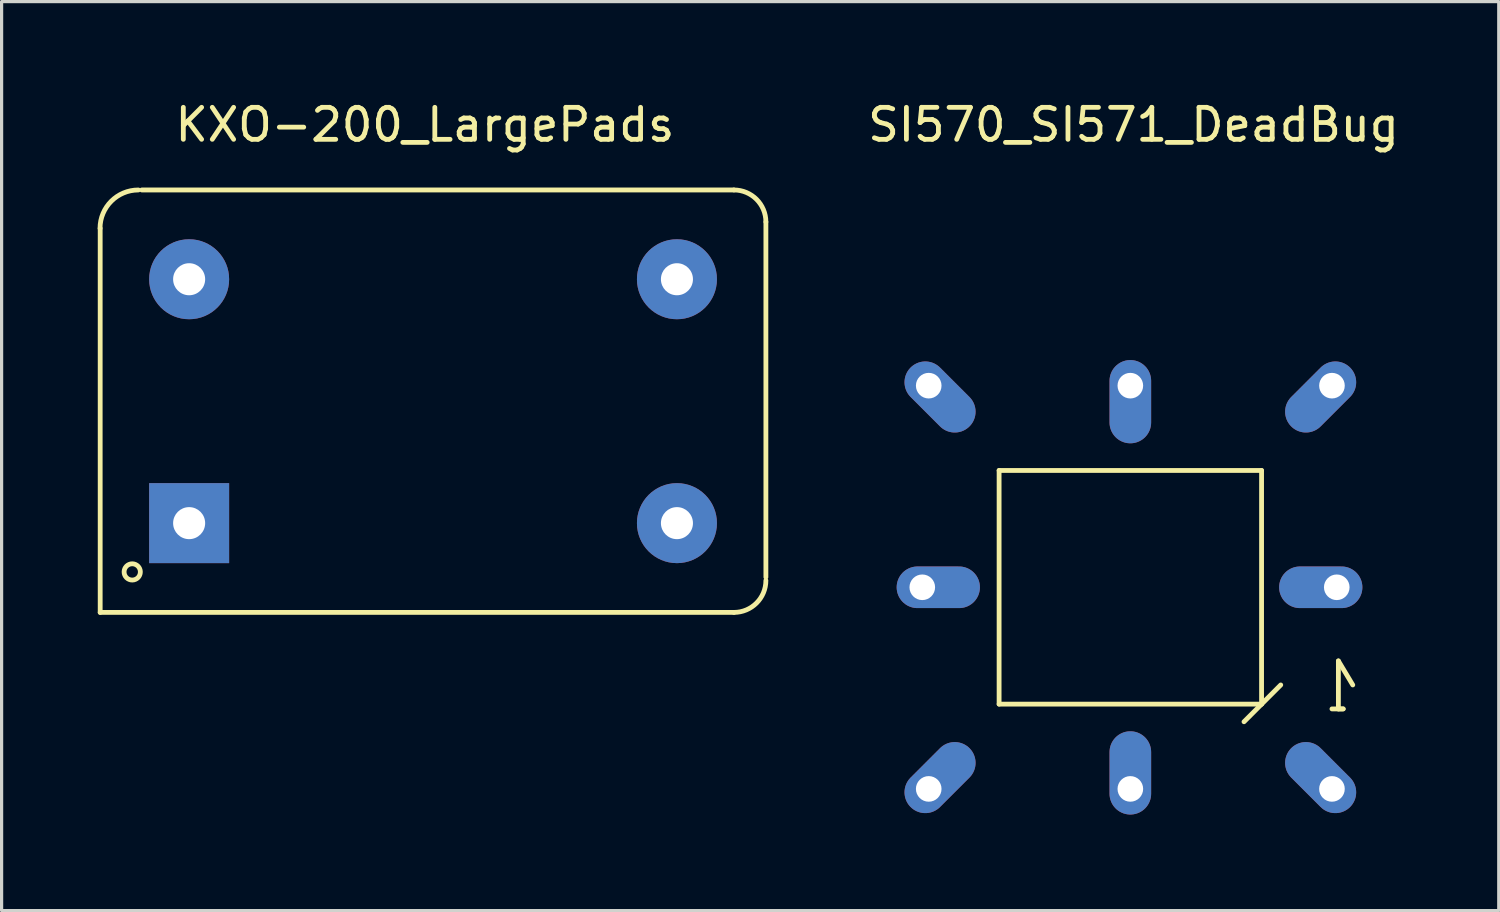
<source format=kicad_pcb>
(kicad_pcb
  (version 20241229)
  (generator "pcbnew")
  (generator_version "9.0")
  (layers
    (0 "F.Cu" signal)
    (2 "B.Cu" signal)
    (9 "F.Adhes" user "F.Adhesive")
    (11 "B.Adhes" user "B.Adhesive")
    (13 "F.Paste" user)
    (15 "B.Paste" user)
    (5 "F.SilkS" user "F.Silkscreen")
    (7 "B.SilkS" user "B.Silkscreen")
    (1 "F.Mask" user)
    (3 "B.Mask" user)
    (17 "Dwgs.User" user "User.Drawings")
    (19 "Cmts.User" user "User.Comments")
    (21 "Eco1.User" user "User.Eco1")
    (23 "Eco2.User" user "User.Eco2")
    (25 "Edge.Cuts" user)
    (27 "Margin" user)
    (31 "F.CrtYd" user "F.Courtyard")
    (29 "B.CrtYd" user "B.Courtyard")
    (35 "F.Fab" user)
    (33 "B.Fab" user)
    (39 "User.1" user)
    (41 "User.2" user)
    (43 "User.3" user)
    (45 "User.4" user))
  (footprint "KXO-200_LargePads"
    (layer "F.Cu")
    (at 10.479 9.484)
    (property "Reference" "KXO-200_LargePads" (at -0.254 -8.636 0) (layer "F.SilkS") (effects (font (size 1 1) (thickness 0.15))))
    (attr through_hole)
    (fp_line (start -10.399 -5.4) (end -10.399 6.599) (stroke (width 0.15) (type solid)) (layer "F.SilkS"))
    (fp_line (start -9.101 -6.599) (end 9.401 -6.599) (stroke (width 0.15) (type solid)) (layer "F.SilkS"))
    (fp_line (start 9.401 6.599) (end -10.399 6.599) (stroke (width 0.15) (type solid)) (layer "F.SilkS"))
    (fp_line (start 10.399 -5.601) (end 10.399 5.499) (stroke (width 0.15) (type solid)) (layer "F.SilkS"))
    (fp_arc (start -10.40384 -5.40004) (mid -10.052696 -6.247776) (end -9.20496 -6.59892) (stroke (width 0.15) (type solid)) (layer "F.SilkS"))
    (fp_arc (start 9.40054 -6.59892) (mid 10.106388 -6.306548) (end 10.39876 -5.6007) (stroke (width 0.15) (type solid)) (layer "F.SilkS"))
    (fp_arc (start 10.39876 5.6007) (mid 10.106388 6.306548) (end 9.40054 6.59892) (stroke (width 0.15) (type solid)) (layer "F.SilkS"))
    (fp_circle (center -9.398 5.334) (end -9.398 5.588) (stroke (width 0.15) (type solid)) (fill no) (layer "F.SilkS"))
    (pad "1" thru_hole rect (at -7.62 3.81) (size 2.499 2.499) (drill 1.001) (layers "*.Cu" "*.Mask"))
    (pad "7" thru_hole circle (at 7.62 3.81) (size 2.499 2.499) (drill 1.001) (layers "*.Cu" "*.Mask"))
    (pad "8" thru_hole circle (at 7.62 -3.81) (size 2.499 2.499) (drill 1.001) (layers "*.Cu" "*.Mask"))
    (pad "14" thru_hole circle (at -7.62 -3.81) (size 2.499 2.499) (drill 1.001) (layers "*.Cu" "*.Mask")))
  (footprint "SI570_SI571_DeadBug"
    (layer "F.Cu")
    (at 32.264 15.298)
    (property "Reference" "SI570_SI571_DeadBug" (at 0.099 -14.45 0) (layer "F.SilkS") (effects (font (size 1 1) (thickness 0.15))))
    (attr smd)
    (fp_line (start -4.1 -3.65) (end -4.1 3.65) (stroke (width 0.15) (type solid)) (layer "F.SilkS"))
    (fp_line (start -4.1 3.65) (end 4.1 3.65) (stroke (width 0.15) (type solid)) (layer "F.SilkS"))
    (fp_line (start 3.551 4.201) (end 4.699 3.051) (stroke (width 0.15) (type solid)) (layer "F.SilkS"))
    (fp_line (start 4.1 -3.65) (end -4.1 -3.65) (stroke (width 0.15) (type solid)) (layer "F.SilkS"))
    (fp_line (start 4.1 3.65) (end 4.1 -3.65) (stroke (width 0.15) (type solid)) (layer "F.SilkS"))
    (fp_line (start 6.5 2.301) (end 6.5 3.8) (stroke (width 0.15) (type solid)) (layer "F.SilkS"))
    (fp_line (start 6.5 3.8) (end 6.65 3.8) (stroke (width 0.15) (type solid)) (layer "F.SilkS"))
    (fp_line (start 6.65 3.8) (end 6.299 3.8) (stroke (width 0.15) (type solid)) (layer "F.SilkS"))
    (fp_line (start 6.949 3.051) (end 6.5 2.301) (stroke (width 0.15) (type solid)) (layer "F.SilkS"))
    (pad "1" thru_hole oval (at 6.299 6.299 135) (size 2.601 1.3) (drill 0.8 (offset 0.5 0)) (layers "*.Cu" "*.Mask"))
    (pad "2" thru_hole oval (at 0 6.299 90) (size 2.601 1.3) (drill 0.8 (offset 0.5 0)) (layers "*.Cu" "*.Mask"))
    (pad "3" thru_hole oval (at -6.299 6.299 45) (size 2.601 1.3) (drill 0.8 (offset 0.5 0)) (layers "*.Cu" "*.Mask"))
    (pad "4" thru_hole oval (at -6.299 -6.299 315) (size 2.601 1.3) (drill 0.8 (offset 0.5 0)) (layers "*.Cu" "*.Mask"))
    (pad "5" thru_hole oval (at 0 -6.299 270) (size 2.601 1.3) (drill 0.8 (offset 0.5 0)) (layers "*.Cu" "*.Mask"))
    (pad "6" thru_hole oval (at 6.299 -6.299 225) (size 2.601 1.3) (drill 0.8 (offset 0.5 0)) (layers "*.Cu" "*.Mask"))
    (pad "7" thru_hole oval (at 6.449 0 180) (size 2.601 1.3) (drill 0.8 (offset 0.5 0)) (layers "*.Cu" "*.Mask"))
    (pad "8" thru_hole oval (at -6.5 0) (size 2.601 1.3) (drill 0.8 (offset 0.5 0)) (layers "*.Cu" "*.Mask")))
  (gr_rect
    (start -3 -3)
    (end 43.774 25.398)
    (stroke (width 0.1) (type default))
    (fill no)
    (layer "Edge.Cuts")))
</source>
